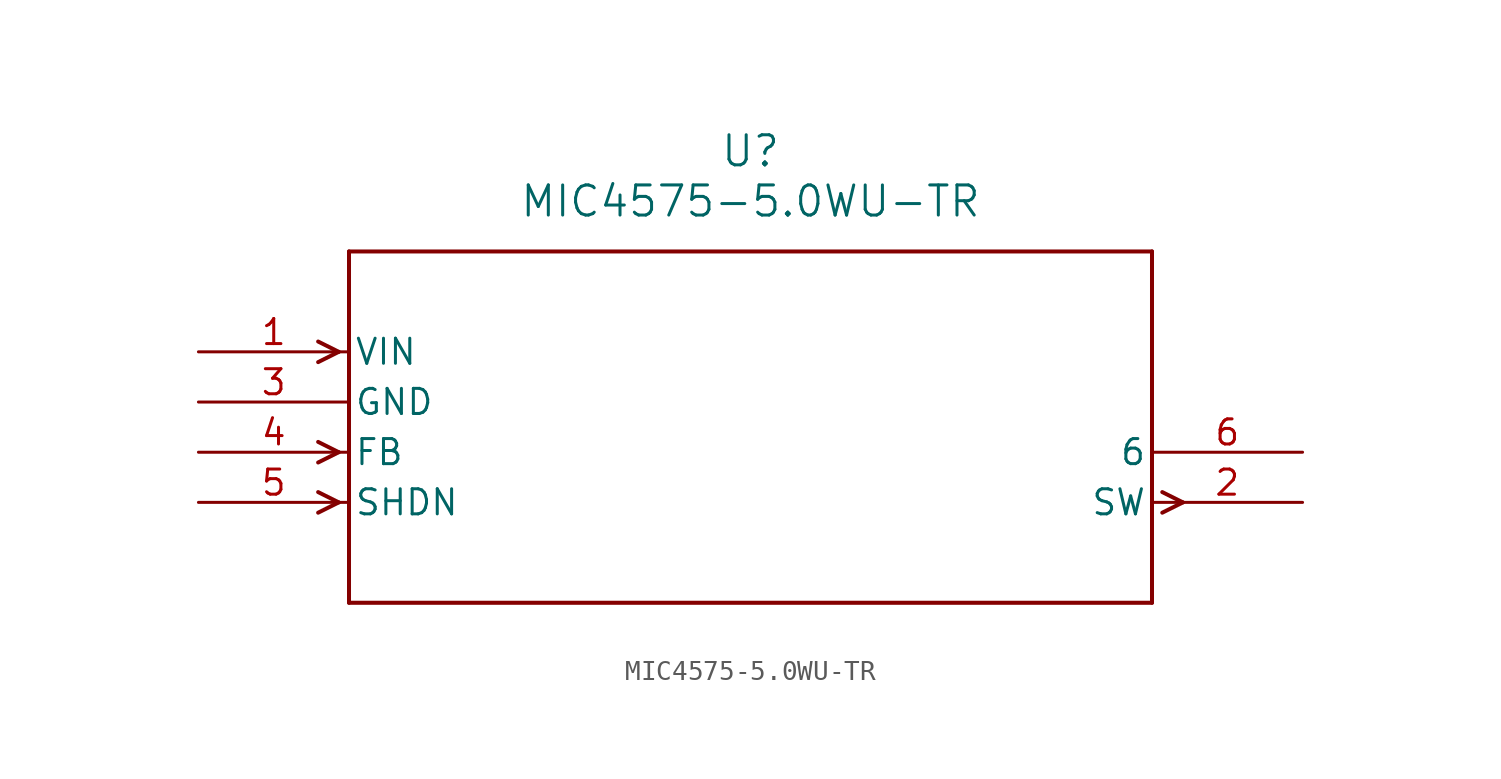
<source format=kicad_sym>
(kicad_symbol_lib
  (version 20211014)
  (generator kicad_symbol_editor)
  (symbol "MIC4575-5.0WU-TR"
    (pin_names
      (offset 0.254))
    (property "Reference" "U"
      (at 27.94 10.16 0)
      (effects (font (size 1.524 1.524))))
    (property "Value" "MIC4575-5.0WU-TR"
      (at 27.94 7.62 0)
      (effects (font (size 1.524 1.524))))
    (symbol "MIC4575-5.0WU-TR_0_1"
      (polyline (pts (xy 7.099 0) (xy 6.058 0.521)) (stroke (width 0.203) (type default) (color 0 0 0 0)) (fill (type none)))
      (polyline (pts (xy 7.099 0) (xy 6.058 -0.521)) (stroke (width 0.203) (type default) (color 0 0 0 0)) (fill (type none)))
      (polyline (pts (xy 7.099 -5.08) (xy 6.058 -4.559)) (stroke (width 0.203) (type default) (color 0 0 0 0)) (fill (type none)))
      (polyline (pts (xy 7.099 -5.08) (xy 6.058 -5.601)) (stroke (width 0.203) (type default) (color 0 0 0 0)) (fill (type none)))
      (polyline (pts (xy 7.099 -7.62) (xy 6.058 -7.099)) (stroke (width 0.203) (type default) (color 0 0 0 0)) (fill (type none)))
      (polyline (pts (xy 7.099 -7.62) (xy 6.058 -8.141)) (stroke (width 0.203) (type default) (color 0 0 0 0)) (fill (type none)))
      (polyline (pts (xy 48.781 -7.099) (xy 49.822 -7.62)) (stroke (width 0.203) (type default) (color 0 0 0 0)) (fill (type none)))
      (polyline (pts (xy 48.781 -8.141) (xy 49.822 -7.62)) (stroke (width 0.203) (type default) (color 0 0 0 0)) (fill (type none)))
      (polyline (pts (xy 7.62 5.08) (xy 7.62 -12.7)) (stroke (width 0.203) (type default) (color 0 0 0 0)) (fill (type none)))
      (polyline (pts (xy 7.62 -12.7) (xy 48.26 -12.7)) (stroke (width 0.203) (type default) (color 0 0 0 0)) (fill (type none)))
      (polyline (pts (xy 48.26 -12.7) (xy 48.26 5.08)) (stroke (width 0.203) (type default) (color 0 0 0 0)) (fill (type none)))
      (polyline (pts (xy 48.26 5.08) (xy 7.62 5.08)) (stroke (width 0.203) (type default) (color 0 0 0 0)) (fill (type none)))
      (pin input line (at 0 0 0) (length 7.62) (name "VIN" (effects (font (size 1.27 1.27)))) (number "1" (effects (font (size 1.27 1.27)))))
      (pin output line (at 55.88 -7.62 180) (length 7.62) (name "SW" (effects (font (size 1.27 1.27)))) (number "2" (effects (font (size 1.27 1.27)))))
      (pin power_in line (at 0 -2.54 0) (length 7.62) (name "GND" (effects (font (size 1.27 1.27)))) (number "3" (effects (font (size 1.27 1.27)))))
      (pin input line (at 0 -5.08 0) (length 7.62) (name "FB" (effects (font (size 1.27 1.27)))) (number "4" (effects (font (size 1.27 1.27)))))
      (pin input line (at 0 -7.62 0) (length 7.62) (name "SHDN" (effects (font (size 1.27 1.27)))) (number "5" (effects (font (size 1.27 1.27)))))
      (pin unspecified line (at 55.88 -5.08 180) (length 7.62) (name "6" (effects (font (size 1.27 1.27)))) (number "6" (effects (font (size 1.27 1.27))))))))
</source>
